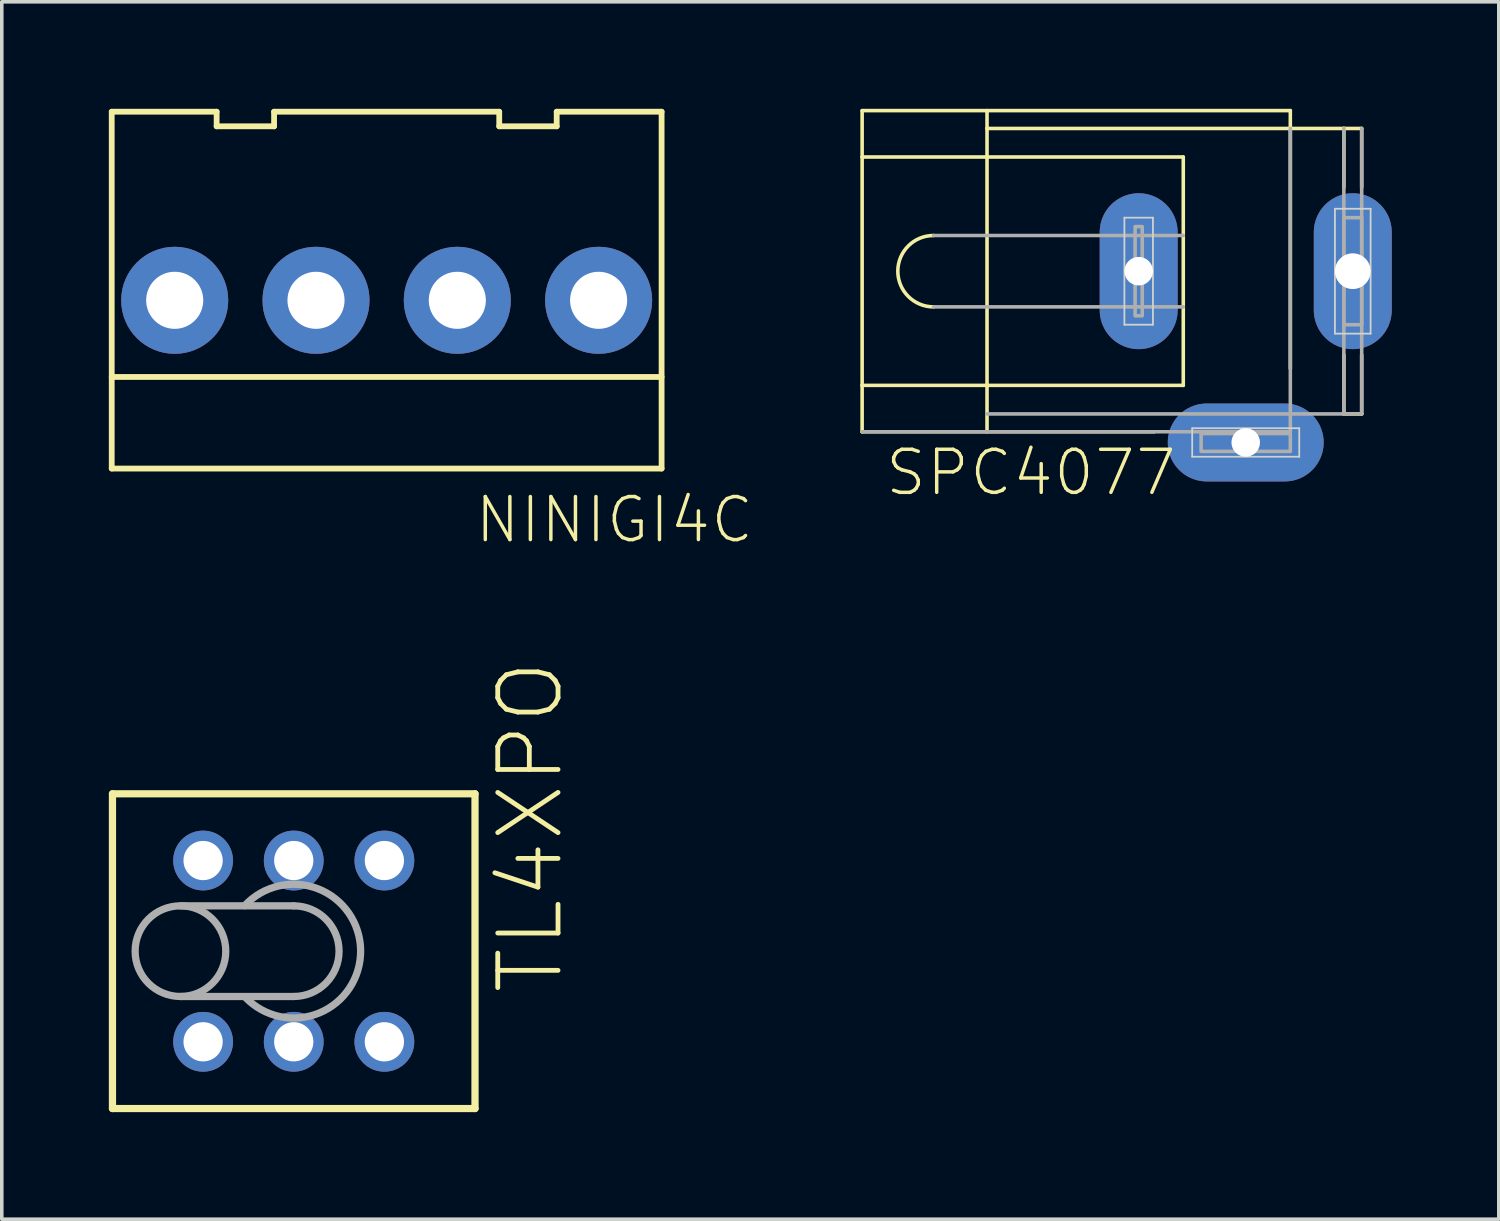
<source format=kicad_pcb>
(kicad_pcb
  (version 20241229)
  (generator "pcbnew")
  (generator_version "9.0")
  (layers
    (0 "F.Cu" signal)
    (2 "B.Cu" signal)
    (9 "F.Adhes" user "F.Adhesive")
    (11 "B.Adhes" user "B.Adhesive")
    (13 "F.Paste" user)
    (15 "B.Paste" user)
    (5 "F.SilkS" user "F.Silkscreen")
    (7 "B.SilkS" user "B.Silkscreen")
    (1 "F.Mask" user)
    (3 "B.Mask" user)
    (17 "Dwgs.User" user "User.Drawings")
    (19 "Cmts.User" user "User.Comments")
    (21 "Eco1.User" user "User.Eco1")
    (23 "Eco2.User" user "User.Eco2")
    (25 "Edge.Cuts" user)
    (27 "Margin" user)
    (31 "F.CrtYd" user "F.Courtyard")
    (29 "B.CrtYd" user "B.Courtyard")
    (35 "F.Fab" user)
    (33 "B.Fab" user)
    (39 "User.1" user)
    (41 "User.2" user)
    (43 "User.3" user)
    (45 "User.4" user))
  (footprint "TL4XPO"
    (layer "F.Cu")
    (at 5.182 23.606)
    (property "Reference" "TL4XPO" (at 7.62 1.27 90) (layer "F.SilkS") (effects (font (size 1.689 1.689) (thickness 0.135)) (justify left bottom)))
    (attr through_hole)
    (fp_line (start -5.08 -4.41) (end 5.08 -4.41) (stroke (width 0.203) (type solid)) (layer "F.SilkS"))
    (fp_line (start -5.08 4.41) (end -5.08 -4.41) (stroke (width 0.203) (type solid)) (layer "F.SilkS"))
    (fp_line (start 5.08 -4.41) (end 5.08 4.41) (stroke (width 0.203) (type solid)) (layer "F.SilkS"))
    (fp_line (start 5.08 4.41) (end -5.08 4.41) (stroke (width 0.203) (type solid)) (layer "F.SilkS"))
    (fp_line (start -3.175 -1.27) (end 0 -1.27) (stroke (width 0.203) (type solid)) (layer "F.Fab"))
    (fp_line (start -3.175 1.27) (end 0 1.27) (stroke (width 0.203) (type solid)) (layer "F.Fab"))
    (fp_arc (start -1.375 -1.275) (mid 1.874583 -0.018928) (end -1.35 1.3) (stroke (width 0.2032) (type solid)) (layer "F.Fab"))
    (fp_arc (start 0 -1.27) (mid 1.27 0) (end 0 1.27) (stroke (width 0.2032) (type solid)) (layer "F.Fab"))
    (fp_circle (center -3.175 0) (end -1.905 0) (stroke (width 0.203) (type solid)) (fill no) (layer "F.Fab"))
    (pad "1" thru_hole circle (at -2.54 -2.54 90) (size 1.676 1.676) (drill 1.1) (layers "*.Cu" "*.Mask"))
    (pad "2" thru_hole circle (at 0 -2.54 90) (size 1.676 1.676) (drill 1.1) (layers "*.Cu" "*.Mask"))
    (pad "3" thru_hole circle (at 2.54 -2.54 90) (size 1.676 1.676) (drill 1.1) (layers "*.Cu" "*.Mask"))
    (pad "4" thru_hole circle (at -2.54 2.54 90) (size 1.676 1.676) (drill 1.1) (layers "*.Cu" "*.Mask"))
    (pad "5" thru_hole circle (at 0 2.54 90) (size 1.676 1.676) (drill 1.1) (layers "*.Cu" "*.Mask"))
    (pad "6" thru_hole circle (at 2.54 2.54 90) (size 1.676 1.676) (drill 1.1) (layers "*.Cu" "*.Mask")))
  (footprint "SPC4077"
    (layer "F.Cu")
    (at 31.861 4.55)
    (property "Reference" "SPC4077" (at -10.16 6.35 0) (layer "F.SilkS") (effects (font (size 1.206 1.206) (thickness 0.097)) (justify left bottom)))
    (attr through_hole)
    (fp_line (start -10.75 -4.5) (end 1.25 -4.5) (stroke (width 0.1) (type solid)) (layer "F.SilkS"))
    (fp_line (start -10.75 -3.2) (end -10.75 -4.5) (stroke (width 0.1) (type solid)) (layer "F.SilkS"))
    (fp_line (start -10.75 -3.2) (end -1.75 -3.2) (stroke (width 0.1) (type solid)) (layer "F.SilkS"))
    (fp_line (start -10.75 3.2) (end -10.75 -3.2) (stroke (width 0.1) (type solid)) (layer "F.SilkS"))
    (fp_line (start -10.75 3.2) (end -1.75 3.2) (stroke (width 0.1) (type solid)) (layer "F.SilkS"))
    (fp_line (start -10.75 4.5) (end -10.75 3.2) (stroke (width 0.1) (type solid)) (layer "F.SilkS"))
    (fp_line (start -10.75 4.5) (end -2.56 4.5) (stroke (width 0.1) (type solid)) (layer "F.SilkS"))
    (fp_line (start -7.25 -4) (end -7.25 -4.5) (stroke (width 0.1) (type solid)) (layer "F.SilkS"))
    (fp_line (start -7.25 -4) (end 1.25 -4) (stroke (width 0.1) (type solid)) (layer "F.SilkS"))
    (fp_line (start -7.25 4.5) (end -7.25 -4) (stroke (width 0.1) (type solid)) (layer "F.SilkS"))
    (fp_line (start -1.75 -1) (end -1.75 -3.2) (stroke (width 0.1) (type solid)) (layer "F.SilkS"))
    (fp_line (start -1.75 1) (end -1.75 -1) (stroke (width 0.1) (type solid)) (layer "F.SilkS"))
    (fp_line (start -1.75 3.2) (end -1.75 1) (stroke (width 0.1) (type solid)) (layer "F.SilkS"))
    (fp_line (start 1.25 -4) (end 1.25 -4.5) (stroke (width 0.1) (type solid)) (layer "F.SilkS"))
    (fp_line (start 1.25 -4) (end 2.75 -4) (stroke (width 0.1) (type solid)) (layer "F.SilkS"))
    (fp_line (start 1.25 2.73) (end 1.25 -4) (stroke (width 0.1) (type solid)) (layer "F.SilkS"))
    (fp_line (start 2.75 -4) (end 3.25 -4) (stroke (width 0.1) (type solid)) (layer "F.SilkS"))
    (fp_line (start 2.75 -2.35) (end 2.75 -4) (stroke (width 0.1) (type solid)) (layer "F.SilkS"))
    (fp_line (start 2.75 4) (end 2.75 2.35) (stroke (width 0.1) (type solid)) (layer "F.SilkS"))
    (fp_line (start 2.75 4) (end 3.25 4) (stroke (width 0.1) (type solid)) (layer "F.SilkS"))
    (fp_line (start 3.25 -2.35) (end 3.25 -4) (stroke (width 0.1) (type solid)) (layer "F.SilkS"))
    (fp_line (start 3.25 4) (end 3.25 2.35) (stroke (width 0.1) (type solid)) (layer "F.SilkS"))
    (fp_arc (start -8.75 1) (mid -9.75 0) (end -8.75 -1) (stroke (width 0.1) (type solid)) (layer "F.SilkS"))
    (fp_line (start -3.4 -1.5) (end -2.6 -1.5) (stroke (width 0.05) (type solid)) (layer "Edge.Cuts"))
    (fp_line (start -3.4 1.5) (end -3.4 -1.5) (stroke (width 0.05) (type solid)) (layer "Edge.Cuts"))
    (fp_line (start -2.6 -1.5) (end -2.6 1.5) (stroke (width 0.05) (type solid)) (layer "Edge.Cuts"))
    (fp_line (start -2.6 1.5) (end -3.4 1.5) (stroke (width 0.05) (type solid)) (layer "Edge.Cuts"))
    (fp_line (start -1.5 4.4) (end 1.5 4.4) (stroke (width 0.05) (type solid)) (layer "Edge.Cuts"))
    (fp_line (start -1.5 5.2) (end -1.5 4.4) (stroke (width 0.05) (type solid)) (layer "Edge.Cuts"))
    (fp_line (start 1.5 4.4) (end 1.5 5.2) (stroke (width 0.05) (type solid)) (layer "Edge.Cuts"))
    (fp_line (start 1.5 5.2) (end -1.5 5.2) (stroke (width 0.05) (type solid)) (layer "Edge.Cuts"))
    (fp_line (start 2.5 -1.75) (end 3.5 -1.75) (stroke (width 0.05) (type solid)) (layer "Edge.Cuts"))
    (fp_line (start 2.5 1.75) (end 2.5 -1.75) (stroke (width 0.05) (type solid)) (layer "Edge.Cuts"))
    (fp_line (start 3.5 -1.75) (end 3.5 1.75) (stroke (width 0.05) (type solid)) (layer "Edge.Cuts"))
    (fp_line (start 3.5 1.75) (end 2.5 1.75) (stroke (width 0.05) (type solid)) (layer "Edge.Cuts"))
    (fp_line (start -10.75 4.5) (end 1.25 4.5) (stroke (width 0.1) (type solid)) (layer "F.Fab"))
    (fp_line (start -8.75 -1) (end -1.75 -1) (stroke (width 0.1) (type solid)) (layer "F.Fab"))
    (fp_line (start -8.75 1) (end -1.75 1) (stroke (width 0.1) (type solid)) (layer "F.Fab"))
    (fp_line (start -7.25 4) (end 1.25 4) (stroke (width 0.1) (type solid)) (layer "F.Fab"))
    (fp_line (start 1.25 4) (end 1.25 -4) (stroke (width 0.1) (type solid)) (layer "F.Fab"))
    (fp_line (start 1.25 4) (end 2.75 4) (stroke (width 0.1) (type solid)) (layer "F.Fab"))
    (fp_line (start 1.25 4.5) (end 1.25 4) (stroke (width 0.1) (type solid)) (layer "F.Fab"))
    (fp_line (start 2.75 4) (end 2.75 -4) (stroke (width 0.1) (type solid)) (layer "F.Fab"))
    (fp_line (start 2.75 4) (end 3.25 4) (stroke (width 0.1) (type solid)) (layer "F.Fab"))
    (fp_line (start 3.25 4) (end 3.25 -4) (stroke (width 0.1) (type solid)) (layer "F.Fab"))
    (fp_poly (pts (xy -3.1 1.25) (xy -2.9 1.25) (xy -2.9 -1.25) (xy -3.1 -1.25)) (stroke (width 0.1) (type solid)) (fill no) (layer "F.Fab"))
    (fp_poly (pts (xy -1.25 5.05) (xy 1.25 5.05) (xy 1.25 4.55) (xy -1.25 4.55)) (stroke (width 0.1) (type solid)) (fill no) (layer "F.Fab"))
    (fp_poly (pts (xy 2.75 1.5) (xy 3.25 1.5) (xy 3.25 -1.5) (xy 2.75 -1.5)) (stroke (width 0.1) (type solid)) (fill no) (layer "F.Fab"))
    (pad "1" thru_hole oval (at -3 0 90) (size 4.369 2.184) (drill 0.8) (layers "*.Cu" "*.Mask"))
    (pad "2" thru_hole oval (at 0 4.8) (size 4.369 2.184) (drill 0.8) (layers "*.Cu" "*.Mask"))
    (pad "3" thru_hole oval (at 3 0 90) (size 4.369 2.184) (drill 1) (layers "*.Cu" "*.Mask")))
  (footprint "NINIGI4C"
    (layer "F.Cu")
    (at 7.786 5.366)
    (property "Reference" "NINIGI4C" (at 2.413 6.858 180) (layer "F.SilkS") (effects (font (size 1.206 1.206) (thickness 0.097)) (justify left bottom)))
    (attr through_hole)
    (fp_line (start -7.705 -5.285) (end -4.765 -5.285) (stroke (width 0.162) (type solid)) (layer "F.SilkS"))
    (fp_line (start -7.705 2.149) (end 7.705 2.149) (stroke (width 0.162) (type solid)) (layer "F.SilkS"))
    (fp_line (start -7.705 4.715) (end -7.705 -5.285) (stroke (width 0.162) (type solid)) (layer "F.SilkS"))
    (fp_line (start -6.239 -0.3) (end -5.639 -0.3) (stroke (width 0.162) (type solid)) (layer "F.SilkS"))
    (fp_line (start -6.239 0.3) (end -6.239 -0.3) (stroke (width 0.162) (type solid)) (layer "F.SilkS"))
    (fp_line (start -5.639 -0.3) (end -5.639 0.3) (stroke (width 0.162) (type solid)) (layer "F.SilkS"))
    (fp_line (start -5.639 0.3) (end -6.239 0.3) (stroke (width 0.162) (type solid)) (layer "F.SilkS"))
    (fp_line (start -4.765 -5.285) (end -4.765 -4.876) (stroke (width 0.162) (type solid)) (layer "F.SilkS"))
    (fp_line (start -4.765 -4.876) (end -3.155 -4.876) (stroke (width 0.162) (type solid)) (layer "F.SilkS"))
    (fp_line (start -3.155 -5.285) (end 3.155 -5.285) (stroke (width 0.162) (type solid)) (layer "F.SilkS"))
    (fp_line (start -3.155 -4.876) (end -3.155 -5.285) (stroke (width 0.162) (type solid)) (layer "F.SilkS"))
    (fp_line (start -2.28 -0.3) (end -1.68 -0.3) (stroke (width 0.162) (type solid)) (layer "F.SilkS"))
    (fp_line (start -2.28 0.3) (end -2.28 -0.3) (stroke (width 0.162) (type solid)) (layer "F.SilkS"))
    (fp_line (start -1.68 -0.3) (end -1.68 0.3) (stroke (width 0.162) (type solid)) (layer "F.SilkS"))
    (fp_line (start -1.68 0.3) (end -2.28 0.3) (stroke (width 0.162) (type solid)) (layer "F.SilkS"))
    (fp_line (start 1.68 -0.3) (end 1.68 0.3) (stroke (width 0.162) (type solid)) (layer "F.SilkS"))
    (fp_line (start 1.68 0.3) (end 2.28 0.3) (stroke (width 0.162) (type solid)) (layer "F.SilkS"))
    (fp_line (start 2.28 -0.3) (end 1.68 -0.3) (stroke (width 0.162) (type solid)) (layer "F.SilkS"))
    (fp_line (start 2.28 0.3) (end 2.28 -0.3) (stroke (width 0.162) (type solid)) (layer "F.SilkS"))
    (fp_line (start 3.155 -5.285) (end 3.155 -4.876) (stroke (width 0.162) (type solid)) (layer "F.SilkS"))
    (fp_line (start 3.155 -4.876) (end 4.765 -4.876) (stroke (width 0.162) (type solid)) (layer "F.SilkS"))
    (fp_line (start 4.765 -5.285) (end 7.705 -5.285) (stroke (width 0.162) (type solid)) (layer "F.SilkS"))
    (fp_line (start 4.765 -4.876) (end 4.765 -5.285) (stroke (width 0.162) (type solid)) (layer "F.SilkS"))
    (fp_line (start 5.64 -0.3) (end 5.64 0.3) (stroke (width 0.162) (type solid)) (layer "F.SilkS"))
    (fp_line (start 5.64 0.3) (end 6.24 0.3) (stroke (width 0.162) (type solid)) (layer "F.SilkS"))
    (fp_line (start 6.24 -0.3) (end 5.64 -0.3) (stroke (width 0.162) (type solid)) (layer "F.SilkS"))
    (fp_line (start 6.24 0.3) (end 6.24 -0.3) (stroke (width 0.162) (type solid)) (layer "F.SilkS"))
    (fp_line (start 7.705 4.715) (end -7.705 4.715) (stroke (width 0.162) (type solid)) (layer "F.SilkS"))
    (fp_line (start 7.705 4.715) (end 7.705 -5.285) (stroke (width 0.162) (type solid)) (layer "F.SilkS"))
    (pad "1" thru_hole circle (at -5.94 0) (size 3 3) (drill 1.6) (layers "*.Cu" "*.Mask"))
    (pad "2" thru_hole circle (at -1.98 0) (size 3 3) (drill 1.6) (layers "*.Cu" "*.Mask"))
    (pad "3" thru_hole circle (at 1.98 0) (size 3 3) (drill 1.6) (layers "*.Cu" "*.Mask"))
    (pad "4" thru_hole circle (at 5.94 0) (size 3 3) (drill 1.6) (layers "*.Cu" "*.Mask")))
  (gr_rect
    (start -3 -3)
    (end 38.953 31.118)
    (stroke (width 0.1) (type default))
    (fill no)
    (layer "Edge.Cuts")))
</source>
